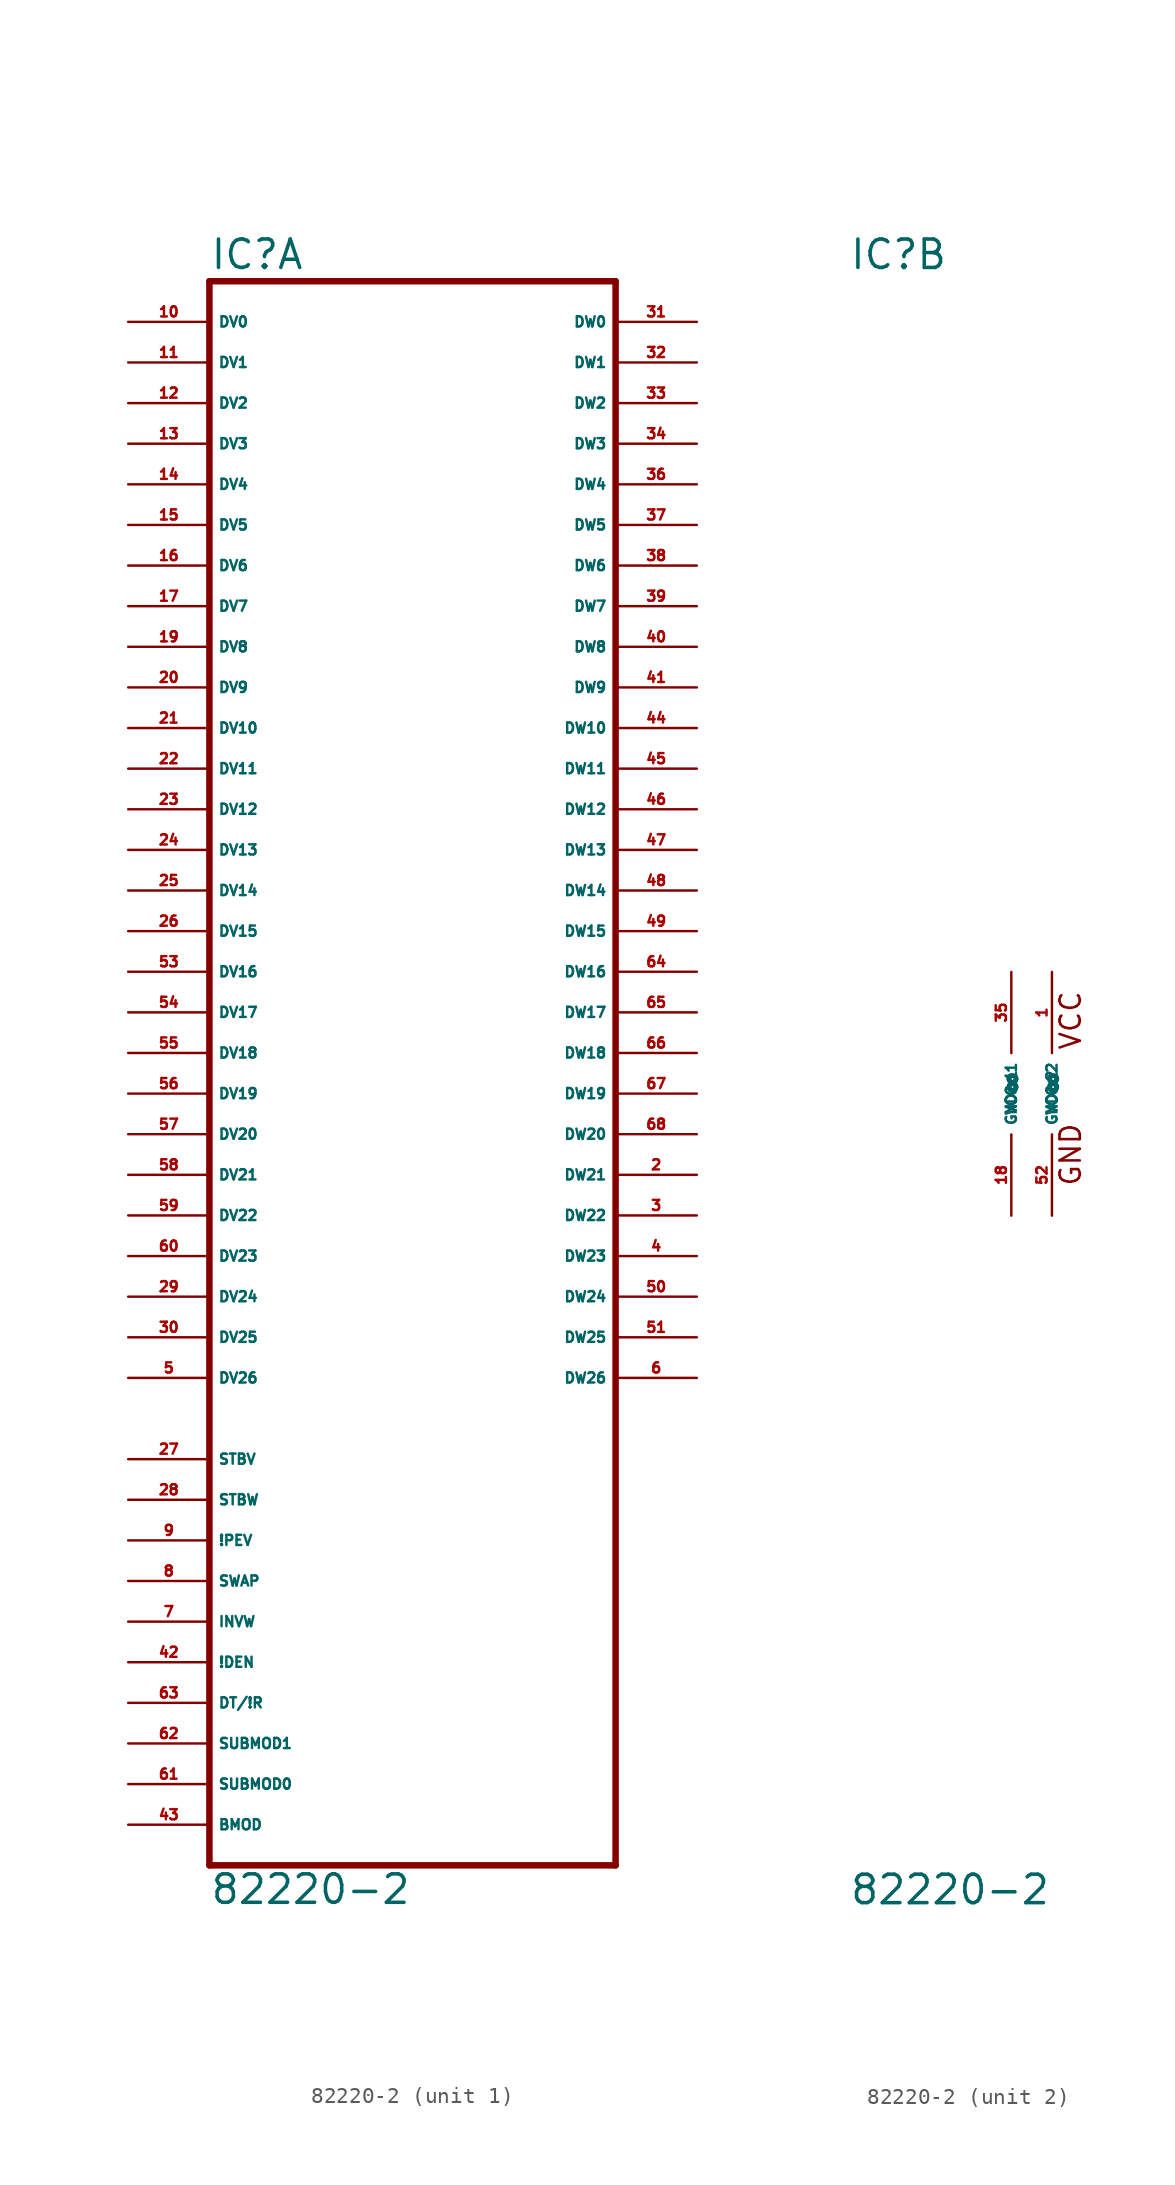
<source format=kicad_sym>
(kicad_symbol_lib
  (version 20220914)
  (generator Eagle2Kicad)
  (symbol "82220-2"
    (property "Reference" "IC"
      (at -12.7 51.435 0)
      (effects (font (size 1.778 1.778) (thickness 0.22)) (justify left bottom)))
    (property "Value" "82220-2"
      (at -12.7 -50.8 0)
      (effects (font (size 1.778 1.778) (thickness 0.22)) (justify left bottom)))
    (symbol "82220-2_1_0"
      (polyline (pts (xy 12.7 -48.26) (xy -12.7 -48.26)) (stroke (width 0.406) (type default)) (fill (type none)))
      (polyline (pts (xy -12.7 -48.26) (xy -12.7 50.8)) (stroke (width 0.406) (type default)) (fill (type none)))
      (polyline (pts (xy -12.7 50.8) (xy 12.7 50.8)) (stroke (width 0.406) (type default)) (fill (type none)))
      (polyline (pts (xy 12.7 50.8) (xy 12.7 -48.26)) (stroke (width 0.406) (type default)) (fill (type none)))
      (pin bidirectional line (at -17.78 48.26 0) (length 5.08) (name "DV0" (effects (font (size 0.635 0.635) (thickness 0.08)) (justify left bottom))) (number "10" (effects (font (size 0.635 0.635) (thickness 0.08)) (justify left bottom))))
      (pin bidirectional line (at -17.78 45.72 0) (length 5.08) (name "DV1" (effects (font (size 0.635 0.635) (thickness 0.08)) (justify left bottom))) (number "11" (effects (font (size 0.635 0.635) (thickness 0.08)) (justify left bottom))))
      (pin bidirectional line (at -17.78 43.18 0) (length 5.08) (name "DV2" (effects (font (size 0.635 0.635) (thickness 0.08)) (justify left bottom))) (number "12" (effects (font (size 0.635 0.635) (thickness 0.08)) (justify left bottom))))
      (pin bidirectional line (at -17.78 40.64 0) (length 5.08) (name "DV3" (effects (font (size 0.635 0.635) (thickness 0.08)) (justify left bottom))) (number "13" (effects (font (size 0.635 0.635) (thickness 0.08)) (justify left bottom))))
      (pin bidirectional line (at -17.78 38.1 0) (length 5.08) (name "DV4" (effects (font (size 0.635 0.635) (thickness 0.08)) (justify left bottom))) (number "14" (effects (font (size 0.635 0.635) (thickness 0.08)) (justify left bottom))))
      (pin bidirectional line (at -17.78 35.56 0) (length 5.08) (name "DV5" (effects (font (size 0.635 0.635) (thickness 0.08)) (justify left bottom))) (number "15" (effects (font (size 0.635 0.635) (thickness 0.08)) (justify left bottom))))
      (pin bidirectional line (at -17.78 33.02 0) (length 5.08) (name "DV6" (effects (font (size 0.635 0.635) (thickness 0.08)) (justify left bottom))) (number "16" (effects (font (size 0.635 0.635) (thickness 0.08)) (justify left bottom))))
      (pin bidirectional line (at -17.78 30.48 0) (length 5.08) (name "DV7" (effects (font (size 0.635 0.635) (thickness 0.08)) (justify left bottom))) (number "17" (effects (font (size 0.635 0.635) (thickness 0.08)) (justify left bottom))))
      (pin bidirectional line (at -17.78 27.94 0) (length 5.08) (name "DV8" (effects (font (size 0.635 0.635) (thickness 0.08)) (justify left bottom))) (number "19" (effects (font (size 0.635 0.635) (thickness 0.08)) (justify left bottom))))
      (pin bidirectional line (at -17.78 25.4 0) (length 5.08) (name "DV9" (effects (font (size 0.635 0.635) (thickness 0.08)) (justify left bottom))) (number "20" (effects (font (size 0.635 0.635) (thickness 0.08)) (justify left bottom))))
      (pin bidirectional line (at -17.78 22.86 0) (length 5.08) (name "DV10" (effects (font (size 0.635 0.635) (thickness 0.08)) (justify left bottom))) (number "21" (effects (font (size 0.635 0.635) (thickness 0.08)) (justify left bottom))))
      (pin bidirectional line (at -17.78 20.32 0) (length 5.08) (name "DV11" (effects (font (size 0.635 0.635) (thickness 0.08)) (justify left bottom))) (number "22" (effects (font (size 0.635 0.635) (thickness 0.08)) (justify left bottom))))
      (pin bidirectional line (at -17.78 17.78 0) (length 5.08) (name "DV12" (effects (font (size 0.635 0.635) (thickness 0.08)) (justify left bottom))) (number "23" (effects (font (size 0.635 0.635) (thickness 0.08)) (justify left bottom))))
      (pin bidirectional line (at -17.78 15.24 0) (length 5.08) (name "DV13" (effects (font (size 0.635 0.635) (thickness 0.08)) (justify left bottom))) (number "24" (effects (font (size 0.635 0.635) (thickness 0.08)) (justify left bottom))))
      (pin bidirectional line (at -17.78 12.7 0) (length 5.08) (name "DV14" (effects (font (size 0.635 0.635) (thickness 0.08)) (justify left bottom))) (number "25" (effects (font (size 0.635 0.635) (thickness 0.08)) (justify left bottom))))
      (pin bidirectional line (at -17.78 10.16 0) (length 5.08) (name "DV15" (effects (font (size 0.635 0.635) (thickness 0.08)) (justify left bottom))) (number "26" (effects (font (size 0.635 0.635) (thickness 0.08)) (justify left bottom))))
      (pin bidirectional line (at -17.78 -12.7 0) (length 5.08) (name "DV24" (effects (font (size 0.635 0.635) (thickness 0.08)) (justify left bottom))) (number "29" (effects (font (size 0.635 0.635) (thickness 0.08)) (justify left bottom))))
      (pin bidirectional line (at -17.78 -15.24 0) (length 5.08) (name "DV25" (effects (font (size 0.635 0.635) (thickness 0.08)) (justify left bottom))) (number "30" (effects (font (size 0.635 0.635) (thickness 0.08)) (justify left bottom))))
      (pin input line (at -17.78 -22.86 0) (length 5.08) (name "STBV" (effects (font (size 0.635 0.635) (thickness 0.08)) (justify left bottom))) (number "27" (effects (font (size 0.635 0.635) (thickness 0.08)) (justify left bottom))))
      (pin input line (at -17.78 -27.94 0) (length 5.08) (name "!PEV" (effects (font (size 0.635 0.635) (thickness 0.08)) (justify left bottom))) (number "9" (effects (font (size 0.635 0.635) (thickness 0.08)) (justify left bottom))))
      (pin input line (at -17.78 -30.48 0) (length 5.08) (name "SWAP" (effects (font (size 0.635 0.635) (thickness 0.08)) (justify left bottom))) (number "8" (effects (font (size 0.635 0.635) (thickness 0.08)) (justify left bottom))))
      (pin input line (at -17.78 -33.02 0) (length 5.08) (name "INVW" (effects (font (size 0.635 0.635) (thickness 0.08)) (justify left bottom))) (number "7" (effects (font (size 0.635 0.635) (thickness 0.08)) (justify left bottom))))
      (pin input line (at -17.78 -35.56 0) (length 5.08) (name "!DEN" (effects (font (size 0.635 0.635) (thickness 0.08)) (justify left bottom))) (number "42" (effects (font (size 0.635 0.635) (thickness 0.08)) (justify left bottom))))
      (pin input line (at -17.78 -38.1 0) (length 5.08) (name "DT/!R" (effects (font (size 0.635 0.635) (thickness 0.08)) (justify left bottom))) (number "63" (effects (font (size 0.635 0.635) (thickness 0.08)) (justify left bottom))))
      (pin input line (at -17.78 -40.64 0) (length 5.08) (name "SUBMOD1" (effects (font (size 0.635 0.635) (thickness 0.08)) (justify left bottom))) (number "62" (effects (font (size 0.635 0.635) (thickness 0.08)) (justify left bottom))))
      (pin input line (at -17.78 -43.18 0) (length 5.08) (name "SUBMOD0" (effects (font (size 0.635 0.635) (thickness 0.08)) (justify left bottom))) (number "61" (effects (font (size 0.635 0.635) (thickness 0.08)) (justify left bottom))))
      (pin bidirectional line (at 17.78 48.26 180) (length 5.08) (name "DW0" (effects (font (size 0.635 0.635) (thickness 0.08)) (justify left bottom))) (number "31" (effects (font (size 0.635 0.635) (thickness 0.08)) (justify left bottom))))
      (pin bidirectional line (at 17.78 45.72 180) (length 5.08) (name "DW1" (effects (font (size 0.635 0.635) (thickness 0.08)) (justify left bottom))) (number "32" (effects (font (size 0.635 0.635) (thickness 0.08)) (justify left bottom))))
      (pin bidirectional line (at 17.78 43.18 180) (length 5.08) (name "DW2" (effects (font (size 0.635 0.635) (thickness 0.08)) (justify left bottom))) (number "33" (effects (font (size 0.635 0.635) (thickness 0.08)) (justify left bottom))))
      (pin bidirectional line (at 17.78 40.64 180) (length 5.08) (name "DW3" (effects (font (size 0.635 0.635) (thickness 0.08)) (justify left bottom))) (number "34" (effects (font (size 0.635 0.635) (thickness 0.08)) (justify left bottom))))
      (pin bidirectional line (at 17.78 38.1 180) (length 5.08) (name "DW4" (effects (font (size 0.635 0.635) (thickness 0.08)) (justify left bottom))) (number "36" (effects (font (size 0.635 0.635) (thickness 0.08)) (justify left bottom))))
      (pin bidirectional line (at 17.78 35.56 180) (length 5.08) (name "DW5" (effects (font (size 0.635 0.635) (thickness 0.08)) (justify left bottom))) (number "37" (effects (font (size 0.635 0.635) (thickness 0.08)) (justify left bottom))))
      (pin bidirectional line (at 17.78 33.02 180) (length 5.08) (name "DW6" (effects (font (size 0.635 0.635) (thickness 0.08)) (justify left bottom))) (number "38" (effects (font (size 0.635 0.635) (thickness 0.08)) (justify left bottom))))
      (pin bidirectional line (at 17.78 30.48 180) (length 5.08) (name "DW7" (effects (font (size 0.635 0.635) (thickness 0.08)) (justify left bottom))) (number "39" (effects (font (size 0.635 0.635) (thickness 0.08)) (justify left bottom))))
      (pin bidirectional line (at 17.78 27.94 180) (length 5.08) (name "DW8" (effects (font (size 0.635 0.635) (thickness 0.08)) (justify left bottom))) (number "40" (effects (font (size 0.635 0.635) (thickness 0.08)) (justify left bottom))))
      (pin bidirectional line (at 17.78 25.4 180) (length 5.08) (name "DW9" (effects (font (size 0.635 0.635) (thickness 0.08)) (justify left bottom))) (number "41" (effects (font (size 0.635 0.635) (thickness 0.08)) (justify left bottom))))
      (pin bidirectional line (at 17.78 22.86 180) (length 5.08) (name "DW10" (effects (font (size 0.635 0.635) (thickness 0.08)) (justify left bottom))) (number "44" (effects (font (size 0.635 0.635) (thickness 0.08)) (justify left bottom))))
      (pin bidirectional line (at 17.78 20.32 180) (length 5.08) (name "DW11" (effects (font (size 0.635 0.635) (thickness 0.08)) (justify left bottom))) (number "45" (effects (font (size 0.635 0.635) (thickness 0.08)) (justify left bottom))))
      (pin bidirectional line (at 17.78 17.78 180) (length 5.08) (name "DW12" (effects (font (size 0.635 0.635) (thickness 0.08)) (justify left bottom))) (number "46" (effects (font (size 0.635 0.635) (thickness 0.08)) (justify left bottom))))
      (pin bidirectional line (at 17.78 15.24 180) (length 5.08) (name "DW13" (effects (font (size 0.635 0.635) (thickness 0.08)) (justify left bottom))) (number "47" (effects (font (size 0.635 0.635) (thickness 0.08)) (justify left bottom))))
      (pin bidirectional line (at 17.78 12.7 180) (length 5.08) (name "DW14" (effects (font (size 0.635 0.635) (thickness 0.08)) (justify left bottom))) (number "48" (effects (font (size 0.635 0.635) (thickness 0.08)) (justify left bottom))))
      (pin bidirectional line (at 17.78 10.16 180) (length 5.08) (name "DW15" (effects (font (size 0.635 0.635) (thickness 0.08)) (justify left bottom))) (number "49" (effects (font (size 0.635 0.635) (thickness 0.08)) (justify left bottom))))
      (pin bidirectional line (at 17.78 -12.7 180) (length 5.08) (name "DW24" (effects (font (size 0.635 0.635) (thickness 0.08)) (justify left bottom))) (number "50" (effects (font (size 0.635 0.635) (thickness 0.08)) (justify left bottom))))
      (pin bidirectional line (at 17.78 -15.24 180) (length 5.08) (name "DW25" (effects (font (size 0.635 0.635) (thickness 0.08)) (justify left bottom))) (number "51" (effects (font (size 0.635 0.635) (thickness 0.08)) (justify left bottom))))
      (pin input line (at -17.78 -25.4 0) (length 5.08) (name "STBW" (effects (font (size 0.635 0.635) (thickness 0.08)) (justify left bottom))) (number "28" (effects (font (size 0.635 0.635) (thickness 0.08)) (justify left bottom))))
      (pin bidirectional line (at -17.78 7.62 0) (length 5.08) (name "DV16" (effects (font (size 0.635 0.635) (thickness 0.08)) (justify left bottom))) (number "53" (effects (font (size 0.635 0.635) (thickness 0.08)) (justify left bottom))))
      (pin bidirectional line (at -17.78 5.08 0) (length 5.08) (name "DV17" (effects (font (size 0.635 0.635) (thickness 0.08)) (justify left bottom))) (number "54" (effects (font (size 0.635 0.635) (thickness 0.08)) (justify left bottom))))
      (pin bidirectional line (at -17.78 2.54 0) (length 5.08) (name "DV18" (effects (font (size 0.635 0.635) (thickness 0.08)) (justify left bottom))) (number "55" (effects (font (size 0.635 0.635) (thickness 0.08)) (justify left bottom))))
      (pin bidirectional line (at -17.78 0 0) (length 5.08) (name "DV19" (effects (font (size 0.635 0.635) (thickness 0.08)) (justify left bottom))) (number "56" (effects (font (size 0.635 0.635) (thickness 0.08)) (justify left bottom))))
      (pin bidirectional line (at -17.78 -2.54 0) (length 5.08) (name "DV20" (effects (font (size 0.635 0.635) (thickness 0.08)) (justify left bottom))) (number "57" (effects (font (size 0.635 0.635) (thickness 0.08)) (justify left bottom))))
      (pin bidirectional line (at -17.78 -5.08 0) (length 5.08) (name "DV21" (effects (font (size 0.635 0.635) (thickness 0.08)) (justify left bottom))) (number "58" (effects (font (size 0.635 0.635) (thickness 0.08)) (justify left bottom))))
      (pin bidirectional line (at -17.78 -7.62 0) (length 5.08) (name "DV22" (effects (font (size 0.635 0.635) (thickness 0.08)) (justify left bottom))) (number "59" (effects (font (size 0.635 0.635) (thickness 0.08)) (justify left bottom))))
      (pin bidirectional line (at -17.78 -10.16 0) (length 5.08) (name "DV23" (effects (font (size 0.635 0.635) (thickness 0.08)) (justify left bottom))) (number "60" (effects (font (size 0.635 0.635) (thickness 0.08)) (justify left bottom))))
      (pin bidirectional line (at 17.78 7.62 180) (length 5.08) (name "DW16" (effects (font (size 0.635 0.635) (thickness 0.08)) (justify left bottom))) (number "64" (effects (font (size 0.635 0.635) (thickness 0.08)) (justify left bottom))))
      (pin bidirectional line (at 17.78 5.08 180) (length 5.08) (name "DW17" (effects (font (size 0.635 0.635) (thickness 0.08)) (justify left bottom))) (number "65" (effects (font (size 0.635 0.635) (thickness 0.08)) (justify left bottom))))
      (pin bidirectional line (at 17.78 2.54 180) (length 5.08) (name "DW18" (effects (font (size 0.635 0.635) (thickness 0.08)) (justify left bottom))) (number "66" (effects (font (size 0.635 0.635) (thickness 0.08)) (justify left bottom))))
      (pin bidirectional line (at 17.78 0 180) (length 5.08) (name "DW19" (effects (font (size 0.635 0.635) (thickness 0.08)) (justify left bottom))) (number "67" (effects (font (size 0.635 0.635) (thickness 0.08)) (justify left bottom))))
      (pin bidirectional line (at 17.78 -2.54 180) (length 5.08) (name "DW20" (effects (font (size 0.635 0.635) (thickness 0.08)) (justify left bottom))) (number "68" (effects (font (size 0.635 0.635) (thickness 0.08)) (justify left bottom))))
      (pin bidirectional line (at 17.78 -5.08 180) (length 5.08) (name "DW21" (effects (font (size 0.635 0.635) (thickness 0.08)) (justify left bottom))) (number "2" (effects (font (size 0.635 0.635) (thickness 0.08)) (justify left bottom))))
      (pin bidirectional line (at 17.78 -7.62 180) (length 5.08) (name "DW22" (effects (font (size 0.635 0.635) (thickness 0.08)) (justify left bottom))) (number "3" (effects (font (size 0.635 0.635) (thickness 0.08)) (justify left bottom))))
      (pin bidirectional line (at 17.78 -10.16 180) (length 5.08) (name "DW23" (effects (font (size 0.635 0.635) (thickness 0.08)) (justify left bottom))) (number "4" (effects (font (size 0.635 0.635) (thickness 0.08)) (justify left bottom))))
      (pin bidirectional line (at -17.78 -17.78 0) (length 5.08) (name "DV26" (effects (font (size 0.635 0.635) (thickness 0.08)) (justify left bottom))) (number "5" (effects (font (size 0.635 0.635) (thickness 0.08)) (justify left bottom))))
      (pin bidirectional line (at 17.78 -17.78 180) (length 5.08) (name "DW26" (effects (font (size 0.635 0.635) (thickness 0.08)) (justify left bottom))) (number "6" (effects (font (size 0.635 0.635) (thickness 0.08)) (justify left bottom))))
      (pin input line (at -17.78 -45.72 0) (length 5.08) (name "BMOD" (effects (font (size 0.635 0.635) (thickness 0.08)) (justify left bottom))) (number "43" (effects (font (size 0.635 0.635) (thickness 0.08)) (justify left bottom)))))
    (symbol "82220-2_2_0"
      (text "VCC" (at 1.905 2.667 900) (effects (font (size 1.27 1.27) (thickness 0.16)) (justify left bottom)))
      (text "GND" (at 1.905 -5.842 900) (effects (font (size 1.27 1.27) (thickness 0.16)) (justify left bottom)))
      (pin unspecified line (at -2.54 -7.62 90) (length 5.08) (name "GND@1" (effects (font (size 0.635 0.635) (thickness 0.08)) (justify left bottom))) (number "18" (effects (font (size 0.635 0.635) (thickness 0.08)) (justify left bottom))))
      (pin unspecified line (at 0 -7.62 90) (length 5.08) (name "GND@2" (effects (font (size 0.635 0.635) (thickness 0.08)) (justify left bottom))) (number "52" (effects (font (size 0.635 0.635) (thickness 0.08)) (justify left bottom))))
      (pin unspecified line (at -2.54 7.62 270) (length 5.08) (name "VCC@1" (effects (font (size 0.635 0.635) (thickness 0.08)) (justify left bottom))) (number "35" (effects (font (size 0.635 0.635) (thickness 0.08)) (justify left bottom))))
      (pin unspecified line (at 0 7.62 270) (length 5.08) (name "VCC@2" (effects (font (size 0.635 0.635) (thickness 0.08)) (justify left bottom))) (number "1" (effects (font (size 0.635 0.635) (thickness 0.08)) (justify left bottom)))))))
</source>
